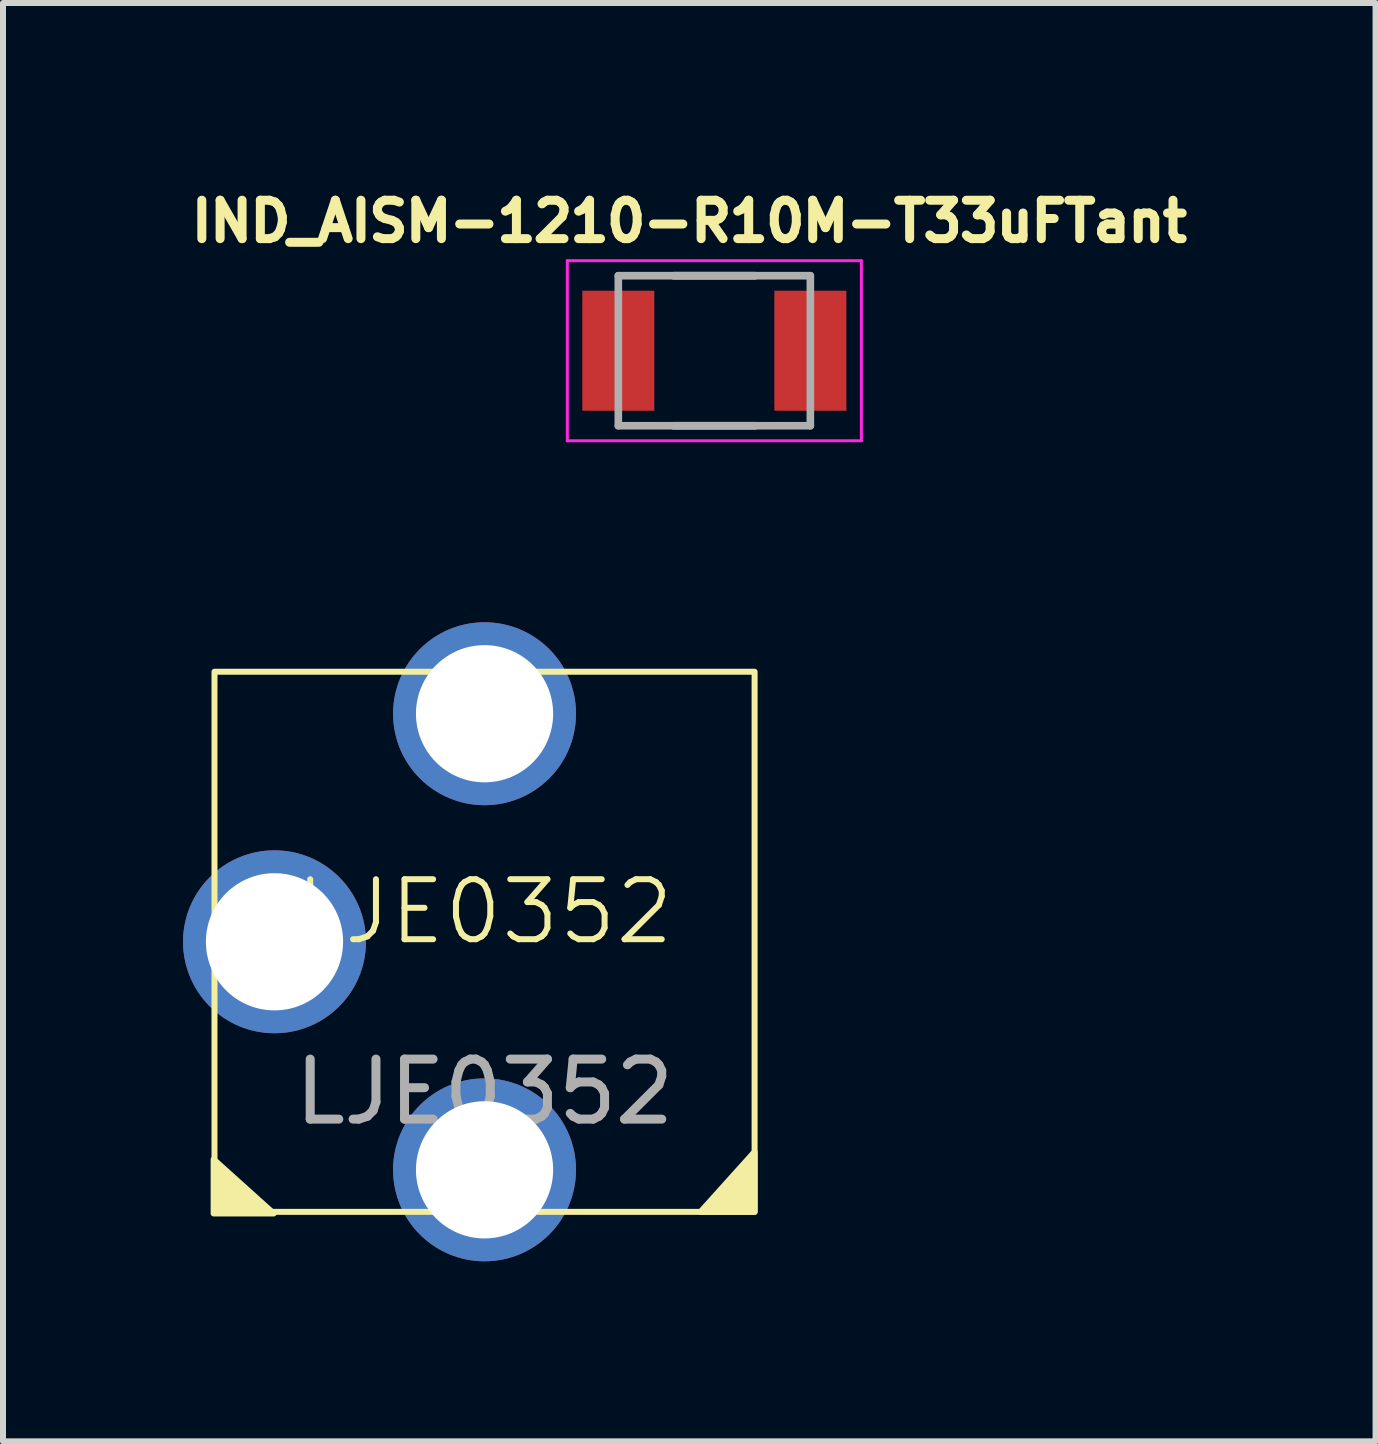
<source format=kicad_pcb>
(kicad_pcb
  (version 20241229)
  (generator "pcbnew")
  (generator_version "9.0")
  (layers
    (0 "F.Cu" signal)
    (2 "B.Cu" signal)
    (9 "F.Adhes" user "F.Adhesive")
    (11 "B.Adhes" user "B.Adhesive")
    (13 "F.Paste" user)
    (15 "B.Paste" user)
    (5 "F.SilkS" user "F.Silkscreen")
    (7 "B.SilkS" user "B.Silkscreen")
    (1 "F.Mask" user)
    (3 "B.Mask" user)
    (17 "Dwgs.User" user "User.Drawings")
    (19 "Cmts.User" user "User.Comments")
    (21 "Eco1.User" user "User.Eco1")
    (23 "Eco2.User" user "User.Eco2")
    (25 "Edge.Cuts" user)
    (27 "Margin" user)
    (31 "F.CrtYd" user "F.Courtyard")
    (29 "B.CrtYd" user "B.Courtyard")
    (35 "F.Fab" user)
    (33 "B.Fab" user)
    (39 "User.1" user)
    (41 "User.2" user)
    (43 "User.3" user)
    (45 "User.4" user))
  (footprint "LJE0352"
    (layer "F.Cu")
    (at 5.024 12.643)
    (property "Reference" "LJE0352" (at 0 -0.5 0) (unlocked yes) (layer "F.SilkS") (effects (font (size 1 1) (thickness 0.1))))
    (attr through_hole)
    (fp_rect (start -4.5 -4.5) (end 4.5 4.5) (stroke (width 0.1) (type default)) (fill no) (layer "F.SilkS"))
    (fp_poly (pts (xy -4.514 3.627) (xy -3.514 4.527) (xy -4.514 4.527)) (stroke (width 0.1) (type solid)) (fill yes) (layer "F.SilkS"))
    (fp_poly (pts (xy 3.6 4.5) (xy 4.5 3.5) (xy 4.5 4.5)) (stroke (width 0.1) (type solid)) (fill yes) (layer "F.SilkS"))
    (fp_text user "${REFERENCE}" (at 0 2.5 0) (unlocked yes) (layer "F.Fab") (effects (font (size 1 1) (thickness 0.15))))
    (pad "1" thru_hole circle (at 0 3.8) (size 3.048 3.048) (drill 2.286) (layers "*.Cu" "*.Mask"))
    (pad "2" thru_hole circle (at -3.5 0) (size 3.048 3.048) (drill 2.286) (layers "*.Cu" "*.Mask"))
    (pad "3" thru_hole circle (at 0 -3.8) (size 3.048 3.048) (drill 2.286) (layers "*.Cu" "*.Mask")))
  (footprint "IND_AISM-1210-R10M-T33uFTant"
    (layer "F.Cu")
    (at 8.853 2.794)
    (property "Reference" "IND_AISM-1210-R10M-T33uFTant" (at -0.418 -2.156 0) (layer "F.SilkS") (effects (font (size 0.64 0.64) (thickness 0.15))))
    (attr smd)
    (fp_line (start -0.68 -1.25) (end 0.68 -1.25) (stroke (width 0.127) (type solid)) (layer "F.SilkS"))
    (fp_line (start -0.68 1.25) (end 0.68 1.25) (stroke (width 0.127) (type solid)) (layer "F.SilkS"))
    (fp_line (start -2.45 -1.5) (end -2.45 1.5) (stroke (width 0.05) (type solid)) (layer "F.CrtYd"))
    (fp_line (start -2.45 1.5) (end 2.45 1.5) (stroke (width 0.05) (type solid)) (layer "F.CrtYd"))
    (fp_line (start 2.45 -1.5) (end -2.45 -1.5) (stroke (width 0.05) (type solid)) (layer "F.CrtYd"))
    (fp_line (start 2.45 1.5) (end 2.45 -1.5) (stroke (width 0.05) (type solid)) (layer "F.CrtYd"))
    (fp_line (start -1.6 -1.25) (end -1.6 1.25) (stroke (width 0.127) (type solid)) (layer "F.Fab"))
    (fp_line (start -1.6 -1.25) (end 1.6 -1.25) (stroke (width 0.127) (type solid)) (layer "F.Fab"))
    (fp_line (start -1.6 1.25) (end 1.6 1.25) (stroke (width 0.127) (type solid)) (layer "F.Fab"))
    (fp_line (start 1.6 -1.25) (end 1.6 1.25) (stroke (width 0.127) (type solid)) (layer "F.Fab"))
    (pad "1" smd rect (at -1.6 0) (size 1.2 2) (layers "F.Cu" "F.Mask" "F.Paste"))
    (pad "2" smd rect (at 1.6 0) (size 1.2 2) (layers "F.Cu" "F.Mask" "F.Paste")))
  (gr_rect
    (start -3 -3)
    (end 19.871 20.967)
    (stroke (width 0.1) (type default))
    (fill no)
    (layer "Edge.Cuts")))
</source>
